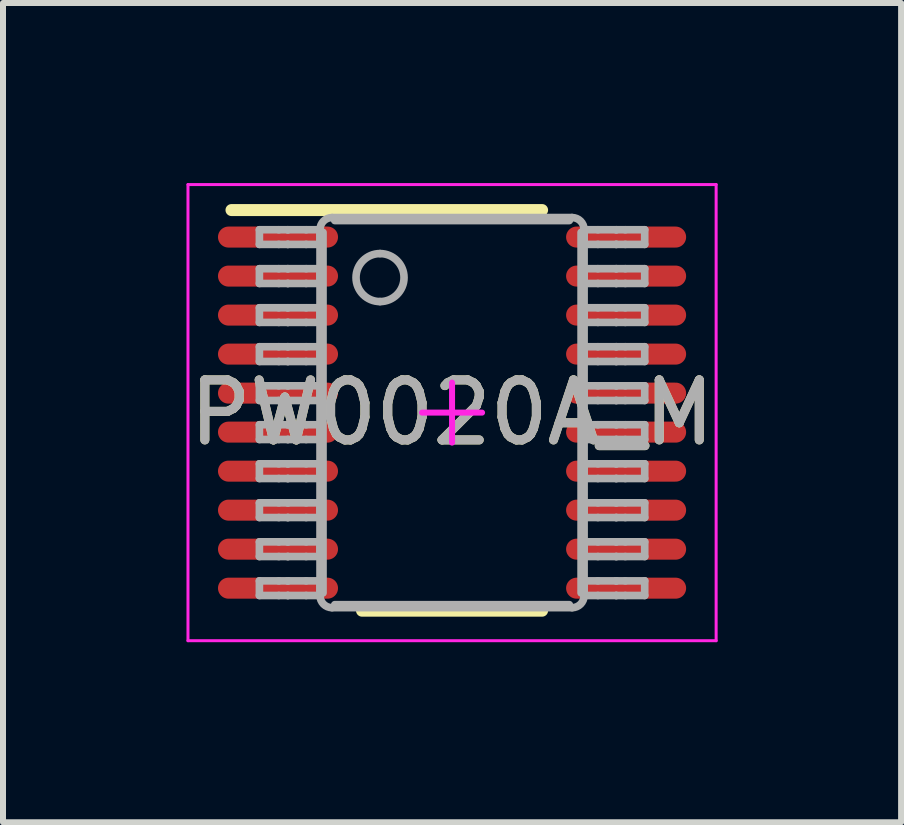
<source format=kicad_pcb>
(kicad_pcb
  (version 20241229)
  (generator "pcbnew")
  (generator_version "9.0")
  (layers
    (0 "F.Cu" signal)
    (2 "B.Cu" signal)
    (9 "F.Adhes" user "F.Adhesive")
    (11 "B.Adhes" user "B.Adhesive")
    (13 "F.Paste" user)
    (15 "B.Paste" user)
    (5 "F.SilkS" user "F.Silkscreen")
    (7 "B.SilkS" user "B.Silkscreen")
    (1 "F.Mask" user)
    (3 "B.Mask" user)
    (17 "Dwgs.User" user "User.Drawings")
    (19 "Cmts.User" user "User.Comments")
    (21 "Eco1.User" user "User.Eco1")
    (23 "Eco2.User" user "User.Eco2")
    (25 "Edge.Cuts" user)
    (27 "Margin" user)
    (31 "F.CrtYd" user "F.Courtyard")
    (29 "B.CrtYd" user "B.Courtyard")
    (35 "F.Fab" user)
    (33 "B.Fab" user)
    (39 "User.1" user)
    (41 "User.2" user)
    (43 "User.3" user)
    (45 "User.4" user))
  (footprint "PW0020A_M"
    (layer "F.Cu")
    (at 4.482 3.825)
    (property "Reference" "PW0020A_M" (at 0 0 0) (unlocked yes) (layer "F.SilkS") (effects (font (size 1 1) (thickness 0.15))))
    (attr smd)
    (fp_line (start -3.675 -3.375) (end 1.5 -3.375) (stroke (width 0.2) (type solid)) (layer "F.SilkS"))
    (fp_line (start -1.5 3.3) (end 1.5 3.3) (stroke (width 0.2) (type solid)) (layer "F.SilkS"))
    (fp_line (start -4.4 -3.8) (end 4.4 -3.8) (stroke (width 0.05) (type solid)) (layer "F.CrtYd"))
    (fp_line (start -4.4 3.8) (end -4.4 -3.8) (stroke (width 0.05) (type solid)) (layer "F.CrtYd"))
    (fp_line (start -4.4 3.8) (end 4.4 3.8) (stroke (width 0.05) (type solid)) (layer "F.CrtYd"))
    (fp_line (start -0.5 0) (end 0.5 0) (stroke (width 0.1) (type solid)) (layer "F.CrtYd"))
    (fp_line (start 0 0.5) (end 0 -0.5) (stroke (width 0.1) (type solid)) (layer "F.CrtYd"))
    (fp_line (start 4.4 3.8) (end 4.4 -3.8) (stroke (width 0.05) (type solid)) (layer "F.CrtYd"))
    (fp_line (start -3.21 -3.047) (end -2.887 -3.047) (stroke (width 0.127) (type solid)) (layer "F.Fab"))
    (fp_line (start -3.21 -2.803) (end -3.21 -3.047) (stroke (width 0.127) (type solid)) (layer "F.Fab"))
    (fp_line (start -3.21 -2.803) (end -2.887 -2.803) (stroke (width 0.127) (type solid)) (layer "F.Fab"))
    (fp_line (start -3.21 -2.398) (end -2.887 -2.398) (stroke (width 0.127) (type solid)) (layer "F.Fab"))
    (fp_line (start -3.21 -2.152) (end -3.21 -2.398) (stroke (width 0.127) (type solid)) (layer "F.Fab"))
    (fp_line (start -3.21 -2.152) (end -2.887 -2.152) (stroke (width 0.127) (type solid)) (layer "F.Fab"))
    (fp_line (start -3.21 -1.747) (end -2.887 -1.747) (stroke (width 0.127) (type solid)) (layer "F.Fab"))
    (fp_line (start -3.21 -1.503) (end -3.21 -1.747) (stroke (width 0.127) (type solid)) (layer "F.Fab"))
    (fp_line (start -3.21 -1.503) (end -2.887 -1.503) (stroke (width 0.127) (type solid)) (layer "F.Fab"))
    (fp_line (start -3.21 -1.098) (end -2.887 -1.098) (stroke (width 0.127) (type solid)) (layer "F.Fab"))
    (fp_line (start -3.21 -0.852) (end -3.21 -1.098) (stroke (width 0.127) (type solid)) (layer "F.Fab"))
    (fp_line (start -3.21 -0.852) (end -2.887 -0.852) (stroke (width 0.127) (type solid)) (layer "F.Fab"))
    (fp_line (start -3.21 -0.447) (end -2.887 -0.447) (stroke (width 0.127) (type solid)) (layer "F.Fab"))
    (fp_line (start -3.21 -0.202) (end -3.21 -0.447) (stroke (width 0.127) (type solid)) (layer "F.Fab"))
    (fp_line (start -3.21 -0.202) (end -2.887 -0.202) (stroke (width 0.127) (type solid)) (layer "F.Fab"))
    (fp_line (start -3.21 0.202) (end -2.887 0.202) (stroke (width 0.127) (type solid)) (layer "F.Fab"))
    (fp_line (start -3.21 0.448) (end -3.21 0.202) (stroke (width 0.127) (type solid)) (layer "F.Fab"))
    (fp_line (start -3.21 0.448) (end -2.887 0.448) (stroke (width 0.127) (type solid)) (layer "F.Fab"))
    (fp_line (start -3.21 0.853) (end -2.887 0.853) (stroke (width 0.127) (type solid)) (layer "F.Fab"))
    (fp_line (start -3.21 1.098) (end -3.21 0.853) (stroke (width 0.127) (type solid)) (layer "F.Fab"))
    (fp_line (start -3.21 1.098) (end -2.887 1.098) (stroke (width 0.127) (type solid)) (layer "F.Fab"))
    (fp_line (start -3.21 1.503) (end -2.887 1.503) (stroke (width 0.127) (type solid)) (layer "F.Fab"))
    (fp_line (start -3.21 1.748) (end -3.21 1.503) (stroke (width 0.127) (type solid)) (layer "F.Fab"))
    (fp_line (start -3.21 1.748) (end -2.887 1.748) (stroke (width 0.127) (type solid)) (layer "F.Fab"))
    (fp_line (start -3.21 2.153) (end -2.887 2.153) (stroke (width 0.127) (type solid)) (layer "F.Fab"))
    (fp_line (start -3.21 2.398) (end -3.21 2.153) (stroke (width 0.127) (type solid)) (layer "F.Fab"))
    (fp_line (start -3.21 2.398) (end -2.887 2.398) (stroke (width 0.127) (type solid)) (layer "F.Fab"))
    (fp_line (start -3.21 2.803) (end -2.887 2.803) (stroke (width 0.127) (type solid)) (layer "F.Fab"))
    (fp_line (start -3.21 3.047) (end -3.21 2.803) (stroke (width 0.127) (type solid)) (layer "F.Fab"))
    (fp_line (start -3.21 3.047) (end -2.887 3.047) (stroke (width 0.127) (type solid)) (layer "F.Fab"))
    (fp_line (start -2.887 -3.047) (end -2.739 -3.047) (stroke (width 0.127) (type solid)) (layer "F.Fab"))
    (fp_line (start -2.887 -2.803) (end -2.739 -2.803) (stroke (width 0.127) (type solid)) (layer "F.Fab"))
    (fp_line (start -2.887 -2.398) (end -2.739 -2.398) (stroke (width 0.127) (type solid)) (layer "F.Fab"))
    (fp_line (start -2.887 -2.152) (end -2.739 -2.152) (stroke (width 0.127) (type solid)) (layer "F.Fab"))
    (fp_line (start -2.887 -1.747) (end -2.739 -1.747) (stroke (width 0.127) (type solid)) (layer "F.Fab"))
    (fp_line (start -2.887 -1.503) (end -2.739 -1.503) (stroke (width 0.127) (type solid)) (layer "F.Fab"))
    (fp_line (start -2.887 -1.098) (end -2.739 -1.098) (stroke (width 0.127) (type solid)) (layer "F.Fab"))
    (fp_line (start -2.887 -0.852) (end -2.739 -0.852) (stroke (width 0.127) (type solid)) (layer "F.Fab"))
    (fp_line (start -2.887 -0.447) (end -2.739 -0.447) (stroke (width 0.127) (type solid)) (layer "F.Fab"))
    (fp_line (start -2.887 -0.202) (end -2.739 -0.202) (stroke (width 0.127) (type solid)) (layer "F.Fab"))
    (fp_line (start -2.887 0.202) (end -2.739 0.202) (stroke (width 0.127) (type solid)) (layer "F.Fab"))
    (fp_line (start -2.887 0.448) (end -2.739 0.448) (stroke (width 0.127) (type solid)) (layer "F.Fab"))
    (fp_line (start -2.887 0.853) (end -2.739 0.853) (stroke (width 0.127) (type solid)) (layer "F.Fab"))
    (fp_line (start -2.887 1.098) (end -2.739 1.098) (stroke (width 0.127) (type solid)) (layer "F.Fab"))
    (fp_line (start -2.887 1.503) (end -2.739 1.503) (stroke (width 0.127) (type solid)) (layer "F.Fab"))
    (fp_line (start -2.887 1.748) (end -2.739 1.748) (stroke (width 0.127) (type solid)) (layer "F.Fab"))
    (fp_line (start -2.887 2.153) (end -2.739 2.153) (stroke (width 0.127) (type solid)) (layer "F.Fab"))
    (fp_line (start -2.887 2.398) (end -2.739 2.398) (stroke (width 0.127) (type solid)) (layer "F.Fab"))
    (fp_line (start -2.887 2.803) (end -2.739 2.803) (stroke (width 0.127) (type solid)) (layer "F.Fab"))
    (fp_line (start -2.887 3.047) (end -2.739 3.047) (stroke (width 0.127) (type solid)) (layer "F.Fab"))
    (fp_line (start -2.739 -3.047) (end -2.733 -3.047) (stroke (width 0.127) (type solid)) (layer "F.Fab"))
    (fp_line (start -2.739 -2.803) (end -2.733 -2.803) (stroke (width 0.127) (type solid)) (layer "F.Fab"))
    (fp_line (start -2.739 -2.398) (end -2.733 -2.398) (stroke (width 0.127) (type solid)) (layer "F.Fab"))
    (fp_line (start -2.739 -2.152) (end -2.733 -2.152) (stroke (width 0.127) (type solid)) (layer "F.Fab"))
    (fp_line (start -2.739 -1.747) (end -2.733 -1.747) (stroke (width 0.127) (type solid)) (layer "F.Fab"))
    (fp_line (start -2.739 -1.503) (end -2.733 -1.503) (stroke (width 0.127) (type solid)) (layer "F.Fab"))
    (fp_line (start -2.739 -1.098) (end -2.733 -1.098) (stroke (width 0.127) (type solid)) (layer "F.Fab"))
    (fp_line (start -2.739 -0.852) (end -2.733 -0.852) (stroke (width 0.127) (type solid)) (layer "F.Fab"))
    (fp_line (start -2.739 -0.447) (end -2.733 -0.447) (stroke (width 0.127) (type solid)) (layer "F.Fab"))
    (fp_line (start -2.739 -0.202) (end -2.733 -0.202) (stroke (width 0.127) (type solid)) (layer "F.Fab"))
    (fp_line (start -2.739 0.202) (end -2.733 0.202) (stroke (width 0.127) (type solid)) (layer "F.Fab"))
    (fp_line (start -2.739 0.448) (end -2.733 0.448) (stroke (width 0.127) (type solid)) (layer "F.Fab"))
    (fp_line (start -2.739 0.853) (end -2.733 0.853) (stroke (width 0.127) (type solid)) (layer "F.Fab"))
    (fp_line (start -2.739 1.098) (end -2.733 1.098) (stroke (width 0.127) (type solid)) (layer "F.Fab"))
    (fp_line (start -2.739 1.503) (end -2.733 1.503) (stroke (width 0.127) (type solid)) (layer "F.Fab"))
    (fp_line (start -2.739 1.748) (end -2.733 1.748) (stroke (width 0.127) (type solid)) (layer "F.Fab"))
    (fp_line (start -2.739 2.153) (end -2.733 2.153) (stroke (width 0.127) (type solid)) (layer "F.Fab"))
    (fp_line (start -2.739 2.398) (end -2.733 2.398) (stroke (width 0.127) (type solid)) (layer "F.Fab"))
    (fp_line (start -2.739 2.803) (end -2.733 2.803) (stroke (width 0.127) (type solid)) (layer "F.Fab"))
    (fp_line (start -2.739 3.047) (end -2.733 3.047) (stroke (width 0.127) (type solid)) (layer "F.Fab"))
    (fp_line (start -2.733 -3.047) (end -2.431 -3.047) (stroke (width 0.127) (type solid)) (layer "F.Fab"))
    (fp_line (start -2.733 -2.803) (end -2.431 -2.803) (stroke (width 0.127) (type solid)) (layer "F.Fab"))
    (fp_line (start -2.733 -2.398) (end -2.431 -2.398) (stroke (width 0.127) (type solid)) (layer "F.Fab"))
    (fp_line (start -2.733 -2.152) (end -2.431 -2.152) (stroke (width 0.127) (type solid)) (layer "F.Fab"))
    (fp_line (start -2.733 -1.747) (end -2.431 -1.747) (stroke (width 0.127) (type solid)) (layer "F.Fab"))
    (fp_line (start -2.733 -1.503) (end -2.431 -1.503) (stroke (width 0.127) (type solid)) (layer "F.Fab"))
    (fp_line (start -2.733 -1.098) (end -2.431 -1.098) (stroke (width 0.127) (type solid)) (layer "F.Fab"))
    (fp_line (start -2.733 -0.852) (end -2.431 -0.852) (stroke (width 0.127) (type solid)) (layer "F.Fab"))
    (fp_line (start -2.733 -0.447) (end -2.431 -0.447) (stroke (width 0.127) (type solid)) (layer "F.Fab"))
    (fp_line (start -2.733 -0.202) (end -2.431 -0.202) (stroke (width 0.127) (type solid)) (layer "F.Fab"))
    (fp_line (start -2.733 0.202) (end -2.431 0.202) (stroke (width 0.127) (type solid)) (layer "F.Fab"))
    (fp_line (start -2.733 0.448) (end -2.431 0.448) (stroke (width 0.127) (type solid)) (layer "F.Fab"))
    (fp_line (start -2.733 0.853) (end -2.431 0.853) (stroke (width 0.127) (type solid)) (layer "F.Fab"))
    (fp_line (start -2.733 1.098) (end -2.431 1.098) (stroke (width 0.127) (type solid)) (layer "F.Fab"))
    (fp_line (start -2.733 1.503) (end -2.431 1.503) (stroke (width 0.127) (type solid)) (layer "F.Fab"))
    (fp_line (start -2.733 1.748) (end -2.431 1.748) (stroke (width 0.127) (type solid)) (layer "F.Fab"))
    (fp_line (start -2.733 2.153) (end -2.431 2.153) (stroke (width 0.127) (type solid)) (layer "F.Fab"))
    (fp_line (start -2.733 2.398) (end -2.431 2.398) (stroke (width 0.127) (type solid)) (layer "F.Fab"))
    (fp_line (start -2.733 2.803) (end -2.431 2.803) (stroke (width 0.127) (type solid)) (layer "F.Fab"))
    (fp_line (start -2.733 3.047) (end -2.431 3.047) (stroke (width 0.127) (type solid)) (layer "F.Fab"))
    (fp_line (start -2.431 -3.047) (end -2.2 -3.047) (stroke (width 0.127) (type solid)) (layer "F.Fab"))
    (fp_line (start -2.431 -2.803) (end -2.2 -2.803) (stroke (width 0.127) (type solid)) (layer "F.Fab"))
    (fp_line (start -2.431 -2.398) (end -2.2 -2.398) (stroke (width 0.127) (type solid)) (layer "F.Fab"))
    (fp_line (start -2.431 -2.152) (end -2.2 -2.152) (stroke (width 0.127) (type solid)) (layer "F.Fab"))
    (fp_line (start -2.431 -1.747) (end -2.2 -1.747) (stroke (width 0.127) (type solid)) (layer "F.Fab"))
    (fp_line (start -2.431 -1.503) (end -2.2 -1.503) (stroke (width 0.127) (type solid)) (layer "F.Fab"))
    (fp_line (start -2.431 -1.098) (end -2.2 -1.098) (stroke (width 0.127) (type solid)) (layer "F.Fab"))
    (fp_line (start -2.431 -0.852) (end -2.2 -0.852) (stroke (width 0.127) (type solid)) (layer "F.Fab"))
    (fp_line (start -2.431 -0.447) (end -2.2 -0.447) (stroke (width 0.127) (type solid)) (layer "F.Fab"))
    (fp_line (start -2.431 -0.202) (end -2.2 -0.202) (stroke (width 0.127) (type solid)) (layer "F.Fab"))
    (fp_line (start -2.431 0.202) (end -2.2 0.202) (stroke (width 0.127) (type solid)) (layer "F.Fab"))
    (fp_line (start -2.431 0.448) (end -2.2 0.448) (stroke (width 0.127) (type solid)) (layer "F.Fab"))
    (fp_line (start -2.431 0.853) (end -2.2 0.853) (stroke (width 0.127) (type solid)) (layer "F.Fab"))
    (fp_line (start -2.431 1.098) (end -2.2 1.098) (stroke (width 0.127) (type solid)) (layer "F.Fab"))
    (fp_line (start -2.431 1.503) (end -2.2 1.503) (stroke (width 0.127) (type solid)) (layer "F.Fab"))
    (fp_line (start -2.431 1.748) (end -2.2 1.748) (stroke (width 0.127) (type solid)) (layer "F.Fab"))
    (fp_line (start -2.431 2.153) (end -2.2 2.153) (stroke (width 0.127) (type solid)) (layer "F.Fab"))
    (fp_line (start -2.431 2.398) (end -2.2 2.398) (stroke (width 0.127) (type solid)) (layer "F.Fab"))
    (fp_line (start -2.431 2.803) (end -2.2 2.803) (stroke (width 0.127) (type solid)) (layer "F.Fab"))
    (fp_line (start -2.431 3.047) (end -2.2 3.047) (stroke (width 0.127) (type solid)) (layer "F.Fab"))
    (fp_line (start -2.2 -2.803) (end -2.2 -3.047) (stroke (width 0.127) (type solid)) (layer "F.Fab"))
    (fp_line (start -2.2 -2.152) (end -2.2 -2.398) (stroke (width 0.127) (type solid)) (layer "F.Fab"))
    (fp_line (start -2.2 -1.503) (end -2.2 -1.747) (stroke (width 0.127) (type solid)) (layer "F.Fab"))
    (fp_line (start -2.2 -0.852) (end -2.2 -1.098) (stroke (width 0.127) (type solid)) (layer "F.Fab"))
    (fp_line (start -2.2 -0.202) (end -2.2 -0.447) (stroke (width 0.127) (type solid)) (layer "F.Fab"))
    (fp_line (start -2.2 0.448) (end -2.2 0.202) (stroke (width 0.127) (type solid)) (layer "F.Fab"))
    (fp_line (start -2.2 1.098) (end -2.2 0.853) (stroke (width 0.127) (type solid)) (layer "F.Fab"))
    (fp_line (start -2.2 1.748) (end -2.2 1.503) (stroke (width 0.127) (type solid)) (layer "F.Fab"))
    (fp_line (start -2.2 2.398) (end -2.2 2.153) (stroke (width 0.127) (type solid)) (layer "F.Fab"))
    (fp_line (start -2.2 3.047) (end -2.2 2.803) (stroke (width 0.127) (type solid)) (layer "F.Fab"))
    (fp_line (start -2.2 3.05) (end -2.2 -3.05) (stroke (width 0.127) (type solid)) (layer "F.Fab"))
    (fp_line (start -2.15 3.004) (end -2.15 -3.004) (stroke (width 0.127) (type solid)) (layer "F.Fab"))
    (fp_line (start -2 -3.25) (end 2 -3.25) (stroke (width 0.127) (type solid)) (layer "F.Fab"))
    (fp_line (start -2 3.25) (end 2 3.25) (stroke (width 0.127) (type solid)) (layer "F.Fab"))
    (fp_line (start -1.954 -3.2) (end 1.954 -3.2) (stroke (width 0.127) (type solid)) (layer "F.Fab"))
    (fp_line (start -1.954 3.2) (end 1.954 3.2) (stroke (width 0.127) (type solid)) (layer "F.Fab"))
    (fp_line (start 2.15 3.004) (end 2.15 -3.004) (stroke (width 0.127) (type solid)) (layer "F.Fab"))
    (fp_line (start 2.2 -3.047) (end 2.43 -3.047) (stroke (width 0.127) (type solid)) (layer "F.Fab"))
    (fp_line (start 2.2 -2.803) (end 2.2 -3.047) (stroke (width 0.127) (type solid)) (layer "F.Fab"))
    (fp_line (start 2.2 -2.803) (end 2.43 -2.803) (stroke (width 0.127) (type solid)) (layer "F.Fab"))
    (fp_line (start 2.2 -2.398) (end 2.43 -2.398) (stroke (width 0.127) (type solid)) (layer "F.Fab"))
    (fp_line (start 2.2 -2.152) (end 2.2 -2.398) (stroke (width 0.127) (type solid)) (layer "F.Fab"))
    (fp_line (start 2.2 -2.152) (end 2.43 -2.152) (stroke (width 0.127) (type solid)) (layer "F.Fab"))
    (fp_line (start 2.2 -1.747) (end 2.43 -1.747) (stroke (width 0.127) (type solid)) (layer "F.Fab"))
    (fp_line (start 2.2 -1.503) (end 2.2 -1.747) (stroke (width 0.127) (type solid)) (layer "F.Fab"))
    (fp_line (start 2.2 -1.503) (end 2.43 -1.503) (stroke (width 0.127) (type solid)) (layer "F.Fab"))
    (fp_line (start 2.2 -1.098) (end 2.43 -1.098) (stroke (width 0.127) (type solid)) (layer "F.Fab"))
    (fp_line (start 2.2 -0.852) (end 2.2 -1.098) (stroke (width 0.127) (type solid)) (layer "F.Fab"))
    (fp_line (start 2.2 -0.852) (end 2.43 -0.852) (stroke (width 0.127) (type solid)) (layer "F.Fab"))
    (fp_line (start 2.2 -0.447) (end 2.43 -0.447) (stroke (width 0.127) (type solid)) (layer "F.Fab"))
    (fp_line (start 2.2 -0.202) (end 2.2 -0.447) (stroke (width 0.127) (type solid)) (layer "F.Fab"))
    (fp_line (start 2.2 -0.202) (end 2.43 -0.202) (stroke (width 0.127) (type solid)) (layer "F.Fab"))
    (fp_line (start 2.2 0.202) (end 2.43 0.202) (stroke (width 0.127) (type solid)) (layer "F.Fab"))
    (fp_line (start 2.2 0.448) (end 2.2 0.202) (stroke (width 0.127) (type solid)) (layer "F.Fab"))
    (fp_line (start 2.2 0.448) (end 2.43 0.448) (stroke (width 0.127) (type solid)) (layer "F.Fab"))
    (fp_line (start 2.2 0.853) (end 2.43 0.853) (stroke (width 0.127) (type solid)) (layer "F.Fab"))
    (fp_line (start 2.2 1.098) (end 2.2 0.853) (stroke (width 0.127) (type solid)) (layer "F.Fab"))
    (fp_line (start 2.2 1.098) (end 2.43 1.098) (stroke (width 0.127) (type solid)) (layer "F.Fab"))
    (fp_line (start 2.2 1.503) (end 2.43 1.503) (stroke (width 0.127) (type solid)) (layer "F.Fab"))
    (fp_line (start 2.2 1.748) (end 2.2 1.503) (stroke (width 0.127) (type solid)) (layer "F.Fab"))
    (fp_line (start 2.2 1.748) (end 2.43 1.748) (stroke (width 0.127) (type solid)) (layer "F.Fab"))
    (fp_line (start 2.2 2.153) (end 2.43 2.153) (stroke (width 0.127) (type solid)) (layer "F.Fab"))
    (fp_line (start 2.2 2.398) (end 2.2 2.153) (stroke (width 0.127) (type solid)) (layer "F.Fab"))
    (fp_line (start 2.2 2.398) (end 2.43 2.398) (stroke (width 0.127) (type solid)) (layer "F.Fab"))
    (fp_line (start 2.2 2.803) (end 2.43 2.803) (stroke (width 0.127) (type solid)) (layer "F.Fab"))
    (fp_line (start 2.2 3.047) (end 2.2 2.803) (stroke (width 0.127) (type solid)) (layer "F.Fab"))
    (fp_line (start 2.2 3.047) (end 2.43 3.047) (stroke (width 0.127) (type solid)) (layer "F.Fab"))
    (fp_line (start 2.2 3.05) (end 2.2 -3.05) (stroke (width 0.127) (type solid)) (layer "F.Fab"))
    (fp_line (start 2.43 -3.047) (end 2.733 -3.047) (stroke (width 0.127) (type solid)) (layer "F.Fab"))
    (fp_line (start 2.43 -2.803) (end 2.733 -2.803) (stroke (width 0.127) (type solid)) (layer "F.Fab"))
    (fp_line (start 2.43 -2.398) (end 2.733 -2.398) (stroke (width 0.127) (type solid)) (layer "F.Fab"))
    (fp_line (start 2.43 -2.152) (end 2.733 -2.152) (stroke (width 0.127) (type solid)) (layer "F.Fab"))
    (fp_line (start 2.43 -1.747) (end 2.733 -1.747) (stroke (width 0.127) (type solid)) (layer "F.Fab"))
    (fp_line (start 2.43 -1.503) (end 2.733 -1.503) (stroke (width 0.127) (type solid)) (layer "F.Fab"))
    (fp_line (start 2.43 -1.098) (end 2.733 -1.098) (stroke (width 0.127) (type solid)) (layer "F.Fab"))
    (fp_line (start 2.43 -0.852) (end 2.733 -0.852) (stroke (width 0.127) (type solid)) (layer "F.Fab"))
    (fp_line (start 2.43 -0.447) (end 2.733 -0.447) (stroke (width 0.127) (type solid)) (layer "F.Fab"))
    (fp_line (start 2.43 -0.202) (end 2.733 -0.202) (stroke (width 0.127) (type solid)) (layer "F.Fab"))
    (fp_line (start 2.43 0.202) (end 2.733 0.202) (stroke (width 0.127) (type solid)) (layer "F.Fab"))
    (fp_line (start 2.43 0.448) (end 2.733 0.448) (stroke (width 0.127) (type solid)) (layer "F.Fab"))
    (fp_line (start 2.43 0.853) (end 2.733 0.853) (stroke (width 0.127) (type solid)) (layer "F.Fab"))
    (fp_line (start 2.43 1.098) (end 2.733 1.098) (stroke (width 0.127) (type solid)) (layer "F.Fab"))
    (fp_line (start 2.43 1.503) (end 2.733 1.503) (stroke (width 0.127) (type solid)) (layer "F.Fab"))
    (fp_line (start 2.43 1.748) (end 2.733 1.748) (stroke (width 0.127) (type solid)) (layer "F.Fab"))
    (fp_line (start 2.43 2.153) (end 2.733 2.153) (stroke (width 0.127) (type solid)) (layer "F.Fab"))
    (fp_line (start 2.43 2.398) (end 2.733 2.398) (stroke (width 0.127) (type solid)) (layer "F.Fab"))
    (fp_line (start 2.43 2.803) (end 2.733 2.803) (stroke (width 0.127) (type solid)) (layer "F.Fab"))
    (fp_line (start 2.43 3.047) (end 2.733 3.047) (stroke (width 0.127) (type solid)) (layer "F.Fab"))
    (fp_line (start 2.733 -3.047) (end 2.739 -3.047) (stroke (width 0.127) (type solid)) (layer "F.Fab"))
    (fp_line (start 2.733 -2.803) (end 2.739 -2.803) (stroke (width 0.127) (type solid)) (layer "F.Fab"))
    (fp_line (start 2.733 -2.398) (end 2.739 -2.398) (stroke (width 0.127) (type solid)) (layer "F.Fab"))
    (fp_line (start 2.733 -2.152) (end 2.739 -2.152) (stroke (width 0.127) (type solid)) (layer "F.Fab"))
    (fp_line (start 2.733 -1.747) (end 2.739 -1.747) (stroke (width 0.127) (type solid)) (layer "F.Fab"))
    (fp_line (start 2.733 -1.503) (end 2.739 -1.503) (stroke (width 0.127) (type solid)) (layer "F.Fab"))
    (fp_line (start 2.733 -1.098) (end 2.739 -1.098) (stroke (width 0.127) (type solid)) (layer "F.Fab"))
    (fp_line (start 2.733 -0.852) (end 2.739 -0.852) (stroke (width 0.127) (type solid)) (layer "F.Fab"))
    (fp_line (start 2.733 -0.447) (end 2.739 -0.447) (stroke (width 0.127) (type solid)) (layer "F.Fab"))
    (fp_line (start 2.733 -0.202) (end 2.739 -0.202) (stroke (width 0.127) (type solid)) (layer "F.Fab"))
    (fp_line (start 2.733 0.202) (end 2.739 0.202) (stroke (width 0.127) (type solid)) (layer "F.Fab"))
    (fp_line (start 2.733 0.448) (end 2.739 0.448) (stroke (width 0.127) (type solid)) (layer "F.Fab"))
    (fp_line (start 2.733 0.853) (end 2.739 0.853) (stroke (width 0.127) (type solid)) (layer "F.Fab"))
    (fp_line (start 2.733 1.098) (end 2.739 1.098) (stroke (width 0.127) (type solid)) (layer "F.Fab"))
    (fp_line (start 2.733 1.503) (end 2.739 1.503) (stroke (width 0.127) (type solid)) (layer "F.Fab"))
    (fp_line (start 2.733 1.748) (end 2.739 1.748) (stroke (width 0.127) (type solid)) (layer "F.Fab"))
    (fp_line (start 2.733 2.153) (end 2.739 2.153) (stroke (width 0.127) (type solid)) (layer "F.Fab"))
    (fp_line (start 2.733 2.398) (end 2.739 2.398) (stroke (width 0.127) (type solid)) (layer "F.Fab"))
    (fp_line (start 2.733 2.803) (end 2.739 2.803) (stroke (width 0.127) (type solid)) (layer "F.Fab"))
    (fp_line (start 2.733 3.047) (end 2.739 3.047) (stroke (width 0.127) (type solid)) (layer "F.Fab"))
    (fp_line (start 2.739 -3.047) (end 2.887 -3.047) (stroke (width 0.127) (type solid)) (layer "F.Fab"))
    (fp_line (start 2.739 -2.803) (end 2.887 -2.803) (stroke (width 0.127) (type solid)) (layer "F.Fab"))
    (fp_line (start 2.739 -2.398) (end 2.887 -2.398) (stroke (width 0.127) (type solid)) (layer "F.Fab"))
    (fp_line (start 2.739 -2.152) (end 2.887 -2.152) (stroke (width 0.127) (type solid)) (layer "F.Fab"))
    (fp_line (start 2.739 -1.747) (end 2.887 -1.747) (stroke (width 0.127) (type solid)) (layer "F.Fab"))
    (fp_line (start 2.739 -1.503) (end 2.887 -1.503) (stroke (width 0.127) (type solid)) (layer "F.Fab"))
    (fp_line (start 2.739 -1.098) (end 2.887 -1.098) (stroke (width 0.127) (type solid)) (layer "F.Fab"))
    (fp_line (start 2.739 -0.852) (end 2.887 -0.852) (stroke (width 0.127) (type solid)) (layer "F.Fab"))
    (fp_line (start 2.739 -0.447) (end 2.887 -0.447) (stroke (width 0.127) (type solid)) (layer "F.Fab"))
    (fp_line (start 2.739 -0.202) (end 2.887 -0.202) (stroke (width 0.127) (type solid)) (layer "F.Fab"))
    (fp_line (start 2.739 0.202) (end 2.887 0.202) (stroke (width 0.127) (type solid)) (layer "F.Fab"))
    (fp_line (start 2.739 0.448) (end 2.887 0.448) (stroke (width 0.127) (type solid)) (layer "F.Fab"))
    (fp_line (start 2.739 0.853) (end 2.887 0.853) (stroke (width 0.127) (type solid)) (layer "F.Fab"))
    (fp_line (start 2.739 1.098) (end 2.887 1.098) (stroke (width 0.127) (type solid)) (layer "F.Fab"))
    (fp_line (start 2.739 1.503) (end 2.887 1.503) (stroke (width 0.127) (type solid)) (layer "F.Fab"))
    (fp_line (start 2.739 1.748) (end 2.887 1.748) (stroke (width 0.127) (type solid)) (layer "F.Fab"))
    (fp_line (start 2.739 2.153) (end 2.887 2.153) (stroke (width 0.127) (type solid)) (layer "F.Fab"))
    (fp_line (start 2.739 2.398) (end 2.887 2.398) (stroke (width 0.127) (type solid)) (layer "F.Fab"))
    (fp_line (start 2.739 2.803) (end 2.887 2.803) (stroke (width 0.127) (type solid)) (layer "F.Fab"))
    (fp_line (start 2.739 3.047) (end 2.887 3.047) (stroke (width 0.127) (type solid)) (layer "F.Fab"))
    (fp_line (start 2.887 -3.047) (end 3.21 -3.047) (stroke (width 0.127) (type solid)) (layer "F.Fab"))
    (fp_line (start 2.887 -2.803) (end 3.21 -2.803) (stroke (width 0.127) (type solid)) (layer "F.Fab"))
    (fp_line (start 2.887 -2.398) (end 3.21 -2.398) (stroke (width 0.127) (type solid)) (layer "F.Fab"))
    (fp_line (start 2.887 -2.152) (end 3.21 -2.152) (stroke (width 0.127) (type solid)) (layer "F.Fab"))
    (fp_line (start 2.887 -1.747) (end 3.21 -1.747) (stroke (width 0.127) (type solid)) (layer "F.Fab"))
    (fp_line (start 2.887 -1.503) (end 3.21 -1.503) (stroke (width 0.127) (type solid)) (layer "F.Fab"))
    (fp_line (start 2.887 -1.098) (end 3.21 -1.098) (stroke (width 0.127) (type solid)) (layer "F.Fab"))
    (fp_line (start 2.887 -0.852) (end 3.21 -0.852) (stroke (width 0.127) (type solid)) (layer "F.Fab"))
    (fp_line (start 2.887 -0.447) (end 3.21 -0.447) (stroke (width 0.127) (type solid)) (layer "F.Fab"))
    (fp_line (start 2.887 -0.202) (end 3.21 -0.202) (stroke (width 0.127) (type solid)) (layer "F.Fab"))
    (fp_line (start 2.887 0.202) (end 3.21 0.202) (stroke (width 0.127) (type solid)) (layer "F.Fab"))
    (fp_line (start 2.887 0.448) (end 3.21 0.448) (stroke (width 0.127) (type solid)) (layer "F.Fab"))
    (fp_line (start 2.887 0.853) (end 3.21 0.853) (stroke (width 0.127) (type solid)) (layer "F.Fab"))
    (fp_line (start 2.887 1.098) (end 3.21 1.098) (stroke (width 0.127) (type solid)) (layer "F.Fab"))
    (fp_line (start 2.887 1.503) (end 3.21 1.503) (stroke (width 0.127) (type solid)) (layer "F.Fab"))
    (fp_line (start 2.887 1.748) (end 3.21 1.748) (stroke (width 0.127) (type solid)) (layer "F.Fab"))
    (fp_line (start 2.887 2.153) (end 3.21 2.153) (stroke (width 0.127) (type solid)) (layer "F.Fab"))
    (fp_line (start 2.887 2.398) (end 3.21 2.398) (stroke (width 0.127) (type solid)) (layer "F.Fab"))
    (fp_line (start 2.887 2.803) (end 3.21 2.803) (stroke (width 0.127) (type solid)) (layer "F.Fab"))
    (fp_line (start 2.887 3.047) (end 3.21 3.047) (stroke (width 0.127) (type solid)) (layer "F.Fab"))
    (fp_line (start 3.21 -2.803) (end 3.21 -3.047) (stroke (width 0.127) (type solid)) (layer "F.Fab"))
    (fp_line (start 3.21 -2.152) (end 3.21 -2.398) (stroke (width 0.127) (type solid)) (layer "F.Fab"))
    (fp_line (start 3.21 -1.503) (end 3.21 -1.747) (stroke (width 0.127) (type solid)) (layer "F.Fab"))
    (fp_line (start 3.21 -0.852) (end 3.21 -1.098) (stroke (width 0.127) (type solid)) (layer "F.Fab"))
    (fp_line (start 3.21 -0.202) (end 3.21 -0.447) (stroke (width 0.127) (type solid)) (layer "F.Fab"))
    (fp_line (start 3.21 0.448) (end 3.21 0.202) (stroke (width 0.127) (type solid)) (layer "F.Fab"))
    (fp_line (start 3.21 1.098) (end 3.21 0.853) (stroke (width 0.127) (type solid)) (layer "F.Fab"))
    (fp_line (start 3.21 1.748) (end 3.21 1.503) (stroke (width 0.127) (type solid)) (layer "F.Fab"))
    (fp_line (start 3.21 2.398) (end 3.21 2.153) (stroke (width 0.127) (type solid)) (layer "F.Fab"))
    (fp_line (start 3.21 3.047) (end 3.21 2.803) (stroke (width 0.127) (type solid)) (layer "F.Fab"))
    (fp_arc (start -2.200026 -3.050001) (mid -2.141435 -3.191428) (end -2.000001 -3.250001) (stroke (width 0.127) (type solid)) (layer "F.Fab"))
    (fp_arc (start -2.000001 3.250011) (mid -2.141435 3.191438) (end -2.200026 3.050012) (stroke (width 0.127) (type solid)) (layer "F.Fab"))
    (fp_arc (start -1.200003 -2.650002) (mid -0.800003 -2.250003) (end -1.200003 -1.850004) (stroke (width 0.127) (type solid)) (layer "F.Fab"))
    (fp_arc (start -1.200003 -1.850004) (mid -1.600002 -2.250003) (end -1.200003 -2.650002) (stroke (width 0.127) (type solid)) (layer "F.Fab"))
    (fp_arc (start 1.999991 -3.250001) (mid 2.141412 -3.191423) (end 2.199991 -3.050002) (stroke (width 0.127) (type solid)) (layer "F.Fab"))
    (fp_arc (start 2.199991 3.050012) (mid 2.141412 3.191433) (end 1.999991 3.250011) (stroke (width 0.127) (type solid)) (layer "F.Fab"))
    (fp_text user "${REFERENCE}" (at 0 0 0) (unlocked yes) (layer "F.Fab") (effects (font (size 1 1) (thickness 0.15))))
    (pad "1" smd oval (at -2.9 -2.925 90) (size 0.35 2) (layers "F.Cu" "F.Mask" "F.Paste"))
    (pad "2" smd oval (at -2.9 -2.275 90) (size 0.35 2) (layers "F.Cu" "F.Mask" "F.Paste"))
    (pad "3" smd oval (at -2.9 -1.625 90) (size 0.35 2) (layers "F.Cu" "F.Mask" "F.Paste"))
    (pad "4" smd oval (at -2.9 -0.975 90) (size 0.35 2) (layers "F.Cu" "F.Mask" "F.Paste"))
    (pad "5" smd oval (at -2.9 -0.325 90) (size 0.35 2) (layers "F.Cu" "F.Mask" "F.Paste"))
    (pad "6" smd oval (at -2.9 0.325 90) (size 0.35 2) (layers "F.Cu" "F.Mask" "F.Paste"))
    (pad "7" smd oval (at -2.9 0.975 90) (size 0.35 2) (layers "F.Cu" "F.Mask" "F.Paste"))
    (pad "8" smd oval (at -2.9 1.625 90) (size 0.35 2) (layers "F.Cu" "F.Mask" "F.Paste"))
    (pad "9" smd oval (at -2.9 2.275 90) (size 0.35 2) (layers "F.Cu" "F.Mask" "F.Paste"))
    (pad "10" smd oval (at -2.9 2.925 90) (size 0.35 2) (layers "F.Cu" "F.Mask" "F.Paste"))
    (pad "11" smd oval (at 2.9 2.925 90) (size 0.35 2) (layers "F.Cu" "F.Mask" "F.Paste"))
    (pad "12" smd oval (at 2.9 2.275 90) (size 0.35 2) (layers "F.Cu" "F.Mask" "F.Paste"))
    (pad "13" smd oval (at 2.9 1.625 90) (size 0.35 2) (layers "F.Cu" "F.Mask" "F.Paste"))
    (pad "14" smd oval (at 2.9 0.975 90) (size 0.35 2) (layers "F.Cu" "F.Mask" "F.Paste"))
    (pad "15" smd oval (at 2.9 0.325 90) (size 0.35 2) (layers "F.Cu" "F.Mask" "F.Paste"))
    (pad "16" smd oval (at 2.9 -0.325 90) (size 0.35 2) (layers "F.Cu" "F.Mask" "F.Paste"))
    (pad "17" smd oval (at 2.9 -0.975 90) (size 0.35 2) (layers "F.Cu" "F.Mask" "F.Paste"))
    (pad "18" smd oval (at 2.9 -1.625 90) (size 0.35 2) (layers "F.Cu" "F.Mask" "F.Paste"))
    (pad "19" smd oval (at 2.9 -2.275 90) (size 0.35 2) (layers "F.Cu" "F.Mask" "F.Paste"))
    (pad "20" smd oval (at 2.9 -2.925 90) (size 0.35 2) (layers "F.Cu" "F.Mask" "F.Paste")))
  (gr_rect
    (start -3 -3)
    (end 11.964 10.65)
    (stroke (width 0.1) (type default))
    (fill no)
    (layer "Edge.Cuts")))
</source>
